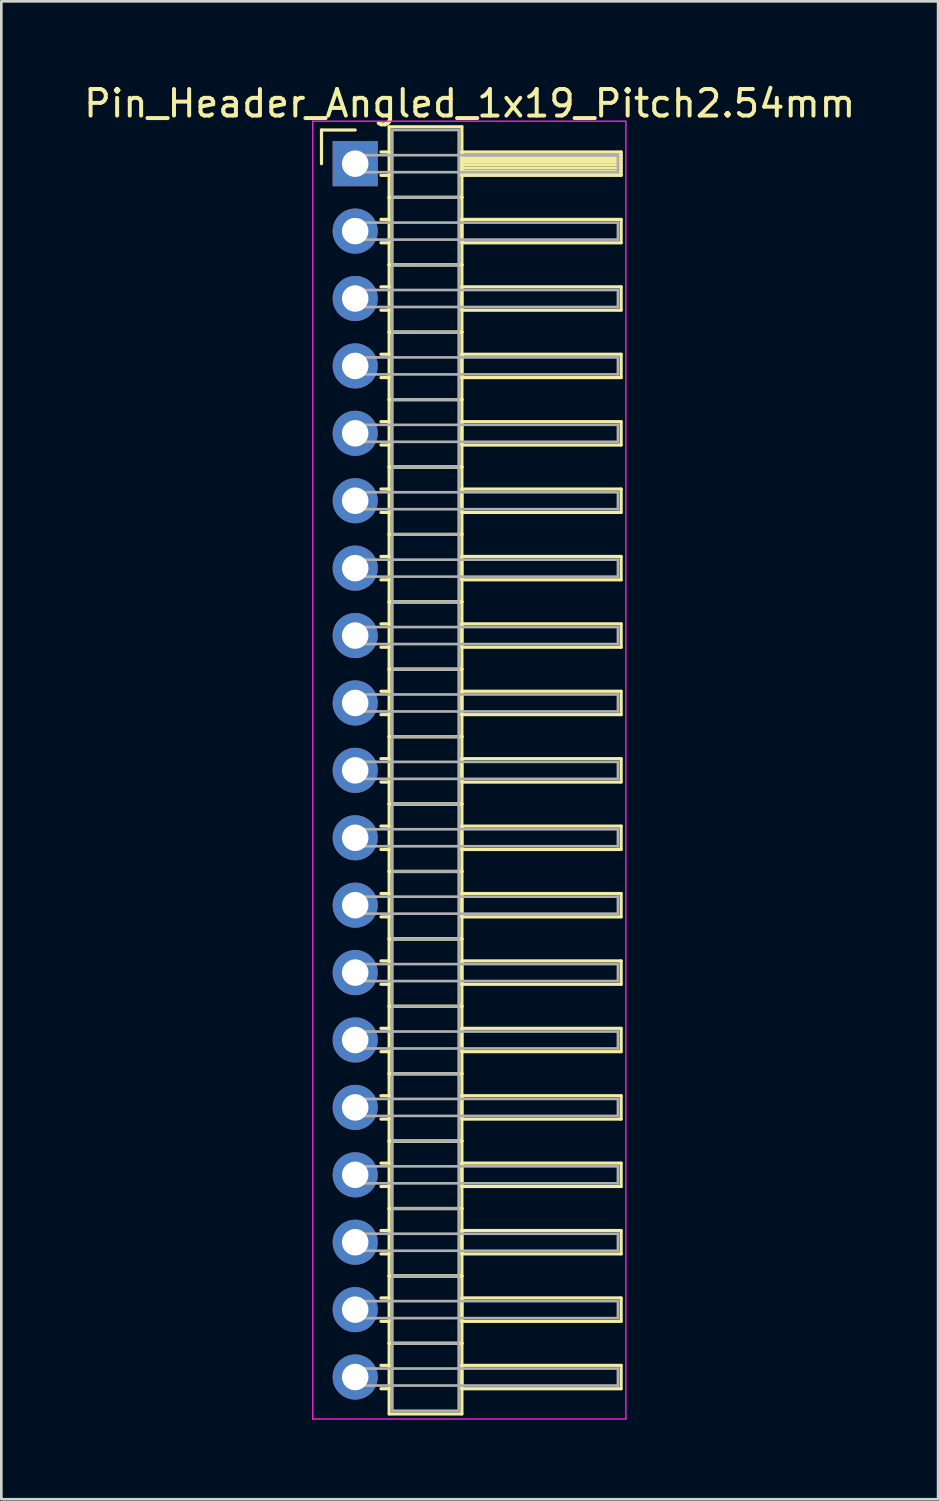
<source format=kicad_pcb>
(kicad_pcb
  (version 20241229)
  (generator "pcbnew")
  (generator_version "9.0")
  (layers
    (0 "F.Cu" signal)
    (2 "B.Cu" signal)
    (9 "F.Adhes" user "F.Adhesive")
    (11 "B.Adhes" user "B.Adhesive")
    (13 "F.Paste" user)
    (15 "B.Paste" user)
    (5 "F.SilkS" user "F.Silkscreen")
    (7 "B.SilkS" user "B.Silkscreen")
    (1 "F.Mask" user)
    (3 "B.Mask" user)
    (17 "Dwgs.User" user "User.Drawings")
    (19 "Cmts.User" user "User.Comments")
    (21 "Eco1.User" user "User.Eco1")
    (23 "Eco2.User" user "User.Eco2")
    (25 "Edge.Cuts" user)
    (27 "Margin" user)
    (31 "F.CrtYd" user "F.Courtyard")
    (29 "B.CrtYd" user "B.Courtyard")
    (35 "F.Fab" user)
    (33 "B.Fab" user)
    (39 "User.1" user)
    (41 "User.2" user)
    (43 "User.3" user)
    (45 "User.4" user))
  (footprint "Pin_Header_Angled_1x19_Pitch2.54mm"
    (layer "F.Cu")
    (at 10.334 3.118)
    (property "Reference" "Pin_Header_Angled_1x19_Pitch2.54mm" (at 4.315 -2.27 0) (layer "F.SilkS") (effects (font (size 1 1) (thickness 0.15))))
    (attr through_hole)
    (fp_line (start -1.27 -1.27) (end 0 -1.27) (stroke (width 0.12) (type solid)) (layer "F.SilkS"))
    (fp_line (start -1.27 0) (end -1.27 -1.27) (stroke (width 0.12) (type solid)) (layer "F.SilkS"))
    (fp_line (start 0.97 -0.44) (end 1.28 -0.44) (stroke (width 0.12) (type solid)) (layer "F.SilkS"))
    (fp_line (start 0.97 0.44) (end 1.28 0.44) (stroke (width 0.12) (type solid)) (layer "F.SilkS"))
    (fp_line (start 0.97 2.1) (end 1.28 2.1) (stroke (width 0.12) (type solid)) (layer "F.SilkS"))
    (fp_line (start 0.97 2.98) (end 1.28 2.98) (stroke (width 0.12) (type solid)) (layer "F.SilkS"))
    (fp_line (start 0.97 4.64) (end 1.28 4.64) (stroke (width 0.12) (type solid)) (layer "F.SilkS"))
    (fp_line (start 0.97 5.52) (end 1.28 5.52) (stroke (width 0.12) (type solid)) (layer "F.SilkS"))
    (fp_line (start 0.97 7.18) (end 1.28 7.18) (stroke (width 0.12) (type solid)) (layer "F.SilkS"))
    (fp_line (start 0.97 8.06) (end 1.28 8.06) (stroke (width 0.12) (type solid)) (layer "F.SilkS"))
    (fp_line (start 0.97 9.72) (end 1.28 9.72) (stroke (width 0.12) (type solid)) (layer "F.SilkS"))
    (fp_line (start 0.97 10.6) (end 1.28 10.6) (stroke (width 0.12) (type solid)) (layer "F.SilkS"))
    (fp_line (start 0.97 12.26) (end 1.28 12.26) (stroke (width 0.12) (type solid)) (layer "F.SilkS"))
    (fp_line (start 0.97 13.14) (end 1.28 13.14) (stroke (width 0.12) (type solid)) (layer "F.SilkS"))
    (fp_line (start 0.97 14.8) (end 1.28 14.8) (stroke (width 0.12) (type solid)) (layer "F.SilkS"))
    (fp_line (start 0.97 15.68) (end 1.28 15.68) (stroke (width 0.12) (type solid)) (layer "F.SilkS"))
    (fp_line (start 0.97 17.34) (end 1.28 17.34) (stroke (width 0.12) (type solid)) (layer "F.SilkS"))
    (fp_line (start 0.97 18.22) (end 1.28 18.22) (stroke (width 0.12) (type solid)) (layer "F.SilkS"))
    (fp_line (start 0.97 19.88) (end 1.28 19.88) (stroke (width 0.12) (type solid)) (layer "F.SilkS"))
    (fp_line (start 0.97 20.76) (end 1.28 20.76) (stroke (width 0.12) (type solid)) (layer "F.SilkS"))
    (fp_line (start 0.97 22.42) (end 1.28 22.42) (stroke (width 0.12) (type solid)) (layer "F.SilkS"))
    (fp_line (start 0.97 23.3) (end 1.28 23.3) (stroke (width 0.12) (type solid)) (layer "F.SilkS"))
    (fp_line (start 0.97 24.96) (end 1.28 24.96) (stroke (width 0.12) (type solid)) (layer "F.SilkS"))
    (fp_line (start 0.97 25.84) (end 1.28 25.84) (stroke (width 0.12) (type solid)) (layer "F.SilkS"))
    (fp_line (start 0.97 27.5) (end 1.28 27.5) (stroke (width 0.12) (type solid)) (layer "F.SilkS"))
    (fp_line (start 0.97 28.38) (end 1.28 28.38) (stroke (width 0.12) (type solid)) (layer "F.SilkS"))
    (fp_line (start 0.97 30.04) (end 1.28 30.04) (stroke (width 0.12) (type solid)) (layer "F.SilkS"))
    (fp_line (start 0.97 30.92) (end 1.28 30.92) (stroke (width 0.12) (type solid)) (layer "F.SilkS"))
    (fp_line (start 0.97 32.58) (end 1.28 32.58) (stroke (width 0.12) (type solid)) (layer "F.SilkS"))
    (fp_line (start 0.97 33.46) (end 1.28 33.46) (stroke (width 0.12) (type solid)) (layer "F.SilkS"))
    (fp_line (start 0.97 35.12) (end 1.28 35.12) (stroke (width 0.12) (type solid)) (layer "F.SilkS"))
    (fp_line (start 0.97 36) (end 1.28 36) (stroke (width 0.12) (type solid)) (layer "F.SilkS"))
    (fp_line (start 0.97 37.66) (end 1.28 37.66) (stroke (width 0.12) (type solid)) (layer "F.SilkS"))
    (fp_line (start 0.97 38.54) (end 1.28 38.54) (stroke (width 0.12) (type solid)) (layer "F.SilkS"))
    (fp_line (start 0.97 40.2) (end 1.28 40.2) (stroke (width 0.12) (type solid)) (layer "F.SilkS"))
    (fp_line (start 0.97 41.08) (end 1.28 41.08) (stroke (width 0.12) (type solid)) (layer "F.SilkS"))
    (fp_line (start 0.97 42.74) (end 1.28 42.74) (stroke (width 0.12) (type solid)) (layer "F.SilkS"))
    (fp_line (start 0.97 43.62) (end 1.28 43.62) (stroke (width 0.12) (type solid)) (layer "F.SilkS"))
    (fp_line (start 0.97 45.28) (end 1.28 45.28) (stroke (width 0.12) (type solid)) (layer "F.SilkS"))
    (fp_line (start 0.97 46.16) (end 1.28 46.16) (stroke (width 0.12) (type solid)) (layer "F.SilkS"))
    (fp_line (start 1.28 -1.39) (end 1.28 1.27) (stroke (width 0.12) (type solid)) (layer "F.SilkS"))
    (fp_line (start 1.28 1.27) (end 1.28 3.81) (stroke (width 0.12) (type solid)) (layer "F.SilkS"))
    (fp_line (start 1.28 1.27) (end 4.02 1.27) (stroke (width 0.12) (type solid)) (layer "F.SilkS"))
    (fp_line (start 1.28 3.81) (end 1.28 6.35) (stroke (width 0.12) (type solid)) (layer "F.SilkS"))
    (fp_line (start 1.28 3.81) (end 4.02 3.81) (stroke (width 0.12) (type solid)) (layer "F.SilkS"))
    (fp_line (start 1.28 6.35) (end 1.28 8.89) (stroke (width 0.12) (type solid)) (layer "F.SilkS"))
    (fp_line (start 1.28 6.35) (end 4.02 6.35) (stroke (width 0.12) (type solid)) (layer "F.SilkS"))
    (fp_line (start 1.28 8.89) (end 1.28 11.43) (stroke (width 0.12) (type solid)) (layer "F.SilkS"))
    (fp_line (start 1.28 8.89) (end 4.02 8.89) (stroke (width 0.12) (type solid)) (layer "F.SilkS"))
    (fp_line (start 1.28 11.43) (end 1.28 13.97) (stroke (width 0.12) (type solid)) (layer "F.SilkS"))
    (fp_line (start 1.28 11.43) (end 4.02 11.43) (stroke (width 0.12) (type solid)) (layer "F.SilkS"))
    (fp_line (start 1.28 13.97) (end 1.28 16.51) (stroke (width 0.12) (type solid)) (layer "F.SilkS"))
    (fp_line (start 1.28 13.97) (end 4.02 13.97) (stroke (width 0.12) (type solid)) (layer "F.SilkS"))
    (fp_line (start 1.28 16.51) (end 1.28 19.05) (stroke (width 0.12) (type solid)) (layer "F.SilkS"))
    (fp_line (start 1.28 16.51) (end 4.02 16.51) (stroke (width 0.12) (type solid)) (layer "F.SilkS"))
    (fp_line (start 1.28 19.05) (end 1.28 21.59) (stroke (width 0.12) (type solid)) (layer "F.SilkS"))
    (fp_line (start 1.28 19.05) (end 4.02 19.05) (stroke (width 0.12) (type solid)) (layer "F.SilkS"))
    (fp_line (start 1.28 21.59) (end 1.28 24.13) (stroke (width 0.12) (type solid)) (layer "F.SilkS"))
    (fp_line (start 1.28 21.59) (end 4.02 21.59) (stroke (width 0.12) (type solid)) (layer "F.SilkS"))
    (fp_line (start 1.28 24.13) (end 1.28 26.67) (stroke (width 0.12) (type solid)) (layer "F.SilkS"))
    (fp_line (start 1.28 24.13) (end 4.02 24.13) (stroke (width 0.12) (type solid)) (layer "F.SilkS"))
    (fp_line (start 1.28 26.67) (end 1.28 29.21) (stroke (width 0.12) (type solid)) (layer "F.SilkS"))
    (fp_line (start 1.28 26.67) (end 4.02 26.67) (stroke (width 0.12) (type solid)) (layer "F.SilkS"))
    (fp_line (start 1.28 29.21) (end 1.28 31.75) (stroke (width 0.12) (type solid)) (layer "F.SilkS"))
    (fp_line (start 1.28 29.21) (end 4.02 29.21) (stroke (width 0.12) (type solid)) (layer "F.SilkS"))
    (fp_line (start 1.28 31.75) (end 1.28 34.29) (stroke (width 0.12) (type solid)) (layer "F.SilkS"))
    (fp_line (start 1.28 31.75) (end 4.02 31.75) (stroke (width 0.12) (type solid)) (layer "F.SilkS"))
    (fp_line (start 1.28 34.29) (end 1.28 36.83) (stroke (width 0.12) (type solid)) (layer "F.SilkS"))
    (fp_line (start 1.28 34.29) (end 4.02 34.29) (stroke (width 0.12) (type solid)) (layer "F.SilkS"))
    (fp_line (start 1.28 36.83) (end 1.28 39.37) (stroke (width 0.12) (type solid)) (layer "F.SilkS"))
    (fp_line (start 1.28 36.83) (end 4.02 36.83) (stroke (width 0.12) (type solid)) (layer "F.SilkS"))
    (fp_line (start 1.28 39.37) (end 1.28 41.91) (stroke (width 0.12) (type solid)) (layer "F.SilkS"))
    (fp_line (start 1.28 39.37) (end 4.02 39.37) (stroke (width 0.12) (type solid)) (layer "F.SilkS"))
    (fp_line (start 1.28 41.91) (end 1.28 44.45) (stroke (width 0.12) (type solid)) (layer "F.SilkS"))
    (fp_line (start 1.28 41.91) (end 4.02 41.91) (stroke (width 0.12) (type solid)) (layer "F.SilkS"))
    (fp_line (start 1.28 44.45) (end 1.28 47.11) (stroke (width 0.12) (type solid)) (layer "F.SilkS"))
    (fp_line (start 1.28 44.45) (end 4.02 44.45) (stroke (width 0.12) (type solid)) (layer "F.SilkS"))
    (fp_line (start 1.28 47.11) (end 4.02 47.11) (stroke (width 0.12) (type solid)) (layer "F.SilkS"))
    (fp_line (start 4.02 -1.39) (end 1.28 -1.39) (stroke (width 0.12) (type solid)) (layer "F.SilkS"))
    (fp_line (start 4.02 -0.44) (end 4.02 0.44) (stroke (width 0.12) (type solid)) (layer "F.SilkS"))
    (fp_line (start 4.02 -0.32) (end 10.02 -0.32) (stroke (width 0.12) (type solid)) (layer "F.SilkS"))
    (fp_line (start 4.02 -0.2) (end 10.02 -0.2) (stroke (width 0.12) (type solid)) (layer "F.SilkS"))
    (fp_line (start 4.02 -0.08) (end 10.02 -0.08) (stroke (width 0.12) (type solid)) (layer "F.SilkS"))
    (fp_line (start 4.02 0.04) (end 10.02 0.04) (stroke (width 0.12) (type solid)) (layer "F.SilkS"))
    (fp_line (start 4.02 0.16) (end 10.02 0.16) (stroke (width 0.12) (type solid)) (layer "F.SilkS"))
    (fp_line (start 4.02 0.28) (end 10.02 0.28) (stroke (width 0.12) (type solid)) (layer "F.SilkS"))
    (fp_line (start 4.02 0.4) (end 10.02 0.4) (stroke (width 0.12) (type solid)) (layer "F.SilkS"))
    (fp_line (start 4.02 0.44) (end 10.02 0.44) (stroke (width 0.12) (type solid)) (layer "F.SilkS"))
    (fp_line (start 4.02 1.27) (end 1.28 1.27) (stroke (width 0.12) (type solid)) (layer "F.SilkS"))
    (fp_line (start 4.02 1.27) (end 4.02 -1.39) (stroke (width 0.12) (type solid)) (layer "F.SilkS"))
    (fp_line (start 4.02 2.1) (end 4.02 2.98) (stroke (width 0.12) (type solid)) (layer "F.SilkS"))
    (fp_line (start 4.02 2.98) (end 10.02 2.98) (stroke (width 0.12) (type solid)) (layer "F.SilkS"))
    (fp_line (start 4.02 3.81) (end 1.28 3.81) (stroke (width 0.12) (type solid)) (layer "F.SilkS"))
    (fp_line (start 4.02 3.81) (end 4.02 1.27) (stroke (width 0.12) (type solid)) (layer "F.SilkS"))
    (fp_line (start 4.02 4.64) (end 4.02 5.52) (stroke (width 0.12) (type solid)) (layer "F.SilkS"))
    (fp_line (start 4.02 5.52) (end 10.02 5.52) (stroke (width 0.12) (type solid)) (layer "F.SilkS"))
    (fp_line (start 4.02 6.35) (end 1.28 6.35) (stroke (width 0.12) (type solid)) (layer "F.SilkS"))
    (fp_line (start 4.02 6.35) (end 4.02 3.81) (stroke (width 0.12) (type solid)) (layer "F.SilkS"))
    (fp_line (start 4.02 7.18) (end 4.02 8.06) (stroke (width 0.12) (type solid)) (layer "F.SilkS"))
    (fp_line (start 4.02 8.06) (end 10.02 8.06) (stroke (width 0.12) (type solid)) (layer "F.SilkS"))
    (fp_line (start 4.02 8.89) (end 1.28 8.89) (stroke (width 0.12) (type solid)) (layer "F.SilkS"))
    (fp_line (start 4.02 8.89) (end 4.02 6.35) (stroke (width 0.12) (type solid)) (layer "F.SilkS"))
    (fp_line (start 4.02 9.72) (end 4.02 10.6) (stroke (width 0.12) (type solid)) (layer "F.SilkS"))
    (fp_line (start 4.02 10.6) (end 10.02 10.6) (stroke (width 0.12) (type solid)) (layer "F.SilkS"))
    (fp_line (start 4.02 11.43) (end 1.28 11.43) (stroke (width 0.12) (type solid)) (layer "F.SilkS"))
    (fp_line (start 4.02 11.43) (end 4.02 8.89) (stroke (width 0.12) (type solid)) (layer "F.SilkS"))
    (fp_line (start 4.02 12.26) (end 4.02 13.14) (stroke (width 0.12) (type solid)) (layer "F.SilkS"))
    (fp_line (start 4.02 13.14) (end 10.02 13.14) (stroke (width 0.12) (type solid)) (layer "F.SilkS"))
    (fp_line (start 4.02 13.97) (end 1.28 13.97) (stroke (width 0.12) (type solid)) (layer "F.SilkS"))
    (fp_line (start 4.02 13.97) (end 4.02 11.43) (stroke (width 0.12) (type solid)) (layer "F.SilkS"))
    (fp_line (start 4.02 14.8) (end 4.02 15.68) (stroke (width 0.12) (type solid)) (layer "F.SilkS"))
    (fp_line (start 4.02 15.68) (end 10.02 15.68) (stroke (width 0.12) (type solid)) (layer "F.SilkS"))
    (fp_line (start 4.02 16.51) (end 1.28 16.51) (stroke (width 0.12) (type solid)) (layer "F.SilkS"))
    (fp_line (start 4.02 16.51) (end 4.02 13.97) (stroke (width 0.12) (type solid)) (layer "F.SilkS"))
    (fp_line (start 4.02 17.34) (end 4.02 18.22) (stroke (width 0.12) (type solid)) (layer "F.SilkS"))
    (fp_line (start 4.02 18.22) (end 10.02 18.22) (stroke (width 0.12) (type solid)) (layer "F.SilkS"))
    (fp_line (start 4.02 19.05) (end 1.28 19.05) (stroke (width 0.12) (type solid)) (layer "F.SilkS"))
    (fp_line (start 4.02 19.05) (end 4.02 16.51) (stroke (width 0.12) (type solid)) (layer "F.SilkS"))
    (fp_line (start 4.02 19.88) (end 4.02 20.76) (stroke (width 0.12) (type solid)) (layer "F.SilkS"))
    (fp_line (start 4.02 20.76) (end 10.02 20.76) (stroke (width 0.12) (type solid)) (layer "F.SilkS"))
    (fp_line (start 4.02 21.59) (end 1.28 21.59) (stroke (width 0.12) (type solid)) (layer "F.SilkS"))
    (fp_line (start 4.02 21.59) (end 4.02 19.05) (stroke (width 0.12) (type solid)) (layer "F.SilkS"))
    (fp_line (start 4.02 22.42) (end 4.02 23.3) (stroke (width 0.12) (type solid)) (layer "F.SilkS"))
    (fp_line (start 4.02 23.3) (end 10.02 23.3) (stroke (width 0.12) (type solid)) (layer "F.SilkS"))
    (fp_line (start 4.02 24.13) (end 1.28 24.13) (stroke (width 0.12) (type solid)) (layer "F.SilkS"))
    (fp_line (start 4.02 24.13) (end 4.02 21.59) (stroke (width 0.12) (type solid)) (layer "F.SilkS"))
    (fp_line (start 4.02 24.96) (end 4.02 25.84) (stroke (width 0.12) (type solid)) (layer "F.SilkS"))
    (fp_line (start 4.02 25.84) (end 10.02 25.84) (stroke (width 0.12) (type solid)) (layer "F.SilkS"))
    (fp_line (start 4.02 26.67) (end 1.28 26.67) (stroke (width 0.12) (type solid)) (layer "F.SilkS"))
    (fp_line (start 4.02 26.67) (end 4.02 24.13) (stroke (width 0.12) (type solid)) (layer "F.SilkS"))
    (fp_line (start 4.02 27.5) (end 4.02 28.38) (stroke (width 0.12) (type solid)) (layer "F.SilkS"))
    (fp_line (start 4.02 28.38) (end 10.02 28.38) (stroke (width 0.12) (type solid)) (layer "F.SilkS"))
    (fp_line (start 4.02 29.21) (end 1.28 29.21) (stroke (width 0.12) (type solid)) (layer "F.SilkS"))
    (fp_line (start 4.02 29.21) (end 4.02 26.67) (stroke (width 0.12) (type solid)) (layer "F.SilkS"))
    (fp_line (start 4.02 30.04) (end 4.02 30.92) (stroke (width 0.12) (type solid)) (layer "F.SilkS"))
    (fp_line (start 4.02 30.92) (end 10.02 30.92) (stroke (width 0.12) (type solid)) (layer "F.SilkS"))
    (fp_line (start 4.02 31.75) (end 1.28 31.75) (stroke (width 0.12) (type solid)) (layer "F.SilkS"))
    (fp_line (start 4.02 31.75) (end 4.02 29.21) (stroke (width 0.12) (type solid)) (layer "F.SilkS"))
    (fp_line (start 4.02 32.58) (end 4.02 33.46) (stroke (width 0.12) (type solid)) (layer "F.SilkS"))
    (fp_line (start 4.02 33.46) (end 10.02 33.46) (stroke (width 0.12) (type solid)) (layer "F.SilkS"))
    (fp_line (start 4.02 34.29) (end 1.28 34.29) (stroke (width 0.12) (type solid)) (layer "F.SilkS"))
    (fp_line (start 4.02 34.29) (end 4.02 31.75) (stroke (width 0.12) (type solid)) (layer "F.SilkS"))
    (fp_line (start 4.02 35.12) (end 4.02 36) (stroke (width 0.12) (type solid)) (layer "F.SilkS"))
    (fp_line (start 4.02 36) (end 10.02 36) (stroke (width 0.12) (type solid)) (layer "F.SilkS"))
    (fp_line (start 4.02 36.83) (end 1.28 36.83) (stroke (width 0.12) (type solid)) (layer "F.SilkS"))
    (fp_line (start 4.02 36.83) (end 4.02 34.29) (stroke (width 0.12) (type solid)) (layer "F.SilkS"))
    (fp_line (start 4.02 37.66) (end 4.02 38.54) (stroke (width 0.12) (type solid)) (layer "F.SilkS"))
    (fp_line (start 4.02 38.54) (end 10.02 38.54) (stroke (width 0.12) (type solid)) (layer "F.SilkS"))
    (fp_line (start 4.02 39.37) (end 1.28 39.37) (stroke (width 0.12) (type solid)) (layer "F.SilkS"))
    (fp_line (start 4.02 39.37) (end 4.02 36.83) (stroke (width 0.12) (type solid)) (layer "F.SilkS"))
    (fp_line (start 4.02 40.2) (end 4.02 41.08) (stroke (width 0.12) (type solid)) (layer "F.SilkS"))
    (fp_line (start 4.02 41.08) (end 10.02 41.08) (stroke (width 0.12) (type solid)) (layer "F.SilkS"))
    (fp_line (start 4.02 41.91) (end 1.28 41.91) (stroke (width 0.12) (type solid)) (layer "F.SilkS"))
    (fp_line (start 4.02 41.91) (end 4.02 39.37) (stroke (width 0.12) (type solid)) (layer "F.SilkS"))
    (fp_line (start 4.02 42.74) (end 4.02 43.62) (stroke (width 0.12) (type solid)) (layer "F.SilkS"))
    (fp_line (start 4.02 43.62) (end 10.02 43.62) (stroke (width 0.12) (type solid)) (layer "F.SilkS"))
    (fp_line (start 4.02 44.45) (end 1.28 44.45) (stroke (width 0.12) (type solid)) (layer "F.SilkS"))
    (fp_line (start 4.02 44.45) (end 4.02 41.91) (stroke (width 0.12) (type solid)) (layer "F.SilkS"))
    (fp_line (start 4.02 45.28) (end 4.02 46.16) (stroke (width 0.12) (type solid)) (layer "F.SilkS"))
    (fp_line (start 4.02 46.16) (end 10.02 46.16) (stroke (width 0.12) (type solid)) (layer "F.SilkS"))
    (fp_line (start 4.02 47.11) (end 4.02 44.45) (stroke (width 0.12) (type solid)) (layer "F.SilkS"))
    (fp_line (start 10.02 -0.44) (end 4.02 -0.44) (stroke (width 0.12) (type solid)) (layer "F.SilkS"))
    (fp_line (start 10.02 0.44) (end 10.02 -0.44) (stroke (width 0.12) (type solid)) (layer "F.SilkS"))
    (fp_line (start 10.02 2.1) (end 4.02 2.1) (stroke (width 0.12) (type solid)) (layer "F.SilkS"))
    (fp_line (start 10.02 2.98) (end 10.02 2.1) (stroke (width 0.12) (type solid)) (layer "F.SilkS"))
    (fp_line (start 10.02 4.64) (end 4.02 4.64) (stroke (width 0.12) (type solid)) (layer "F.SilkS"))
    (fp_line (start 10.02 5.52) (end 10.02 4.64) (stroke (width 0.12) (type solid)) (layer "F.SilkS"))
    (fp_line (start 10.02 7.18) (end 4.02 7.18) (stroke (width 0.12) (type solid)) (layer "F.SilkS"))
    (fp_line (start 10.02 8.06) (end 10.02 7.18) (stroke (width 0.12) (type solid)) (layer "F.SilkS"))
    (fp_line (start 10.02 9.72) (end 4.02 9.72) (stroke (width 0.12) (type solid)) (layer "F.SilkS"))
    (fp_line (start 10.02 10.6) (end 10.02 9.72) (stroke (width 0.12) (type solid)) (layer "F.SilkS"))
    (fp_line (start 10.02 12.26) (end 4.02 12.26) (stroke (width 0.12) (type solid)) (layer "F.SilkS"))
    (fp_line (start 10.02 13.14) (end 10.02 12.26) (stroke (width 0.12) (type solid)) (layer "F.SilkS"))
    (fp_line (start 10.02 14.8) (end 4.02 14.8) (stroke (width 0.12) (type solid)) (layer "F.SilkS"))
    (fp_line (start 10.02 15.68) (end 10.02 14.8) (stroke (width 0.12) (type solid)) (layer "F.SilkS"))
    (fp_line (start 10.02 17.34) (end 4.02 17.34) (stroke (width 0.12) (type solid)) (layer "F.SilkS"))
    (fp_line (start 10.02 18.22) (end 10.02 17.34) (stroke (width 0.12) (type solid)) (layer "F.SilkS"))
    (fp_line (start 10.02 19.88) (end 4.02 19.88) (stroke (width 0.12) (type solid)) (layer "F.SilkS"))
    (fp_line (start 10.02 20.76) (end 10.02 19.88) (stroke (width 0.12) (type solid)) (layer "F.SilkS"))
    (fp_line (start 10.02 22.42) (end 4.02 22.42) (stroke (width 0.12) (type solid)) (layer "F.SilkS"))
    (fp_line (start 10.02 23.3) (end 10.02 22.42) (stroke (width 0.12) (type solid)) (layer "F.SilkS"))
    (fp_line (start 10.02 24.96) (end 4.02 24.96) (stroke (width 0.12) (type solid)) (layer "F.SilkS"))
    (fp_line (start 10.02 25.84) (end 10.02 24.96) (stroke (width 0.12) (type solid)) (layer "F.SilkS"))
    (fp_line (start 10.02 27.5) (end 4.02 27.5) (stroke (width 0.12) (type solid)) (layer "F.SilkS"))
    (fp_line (start 10.02 28.38) (end 10.02 27.5) (stroke (width 0.12) (type solid)) (layer "F.SilkS"))
    (fp_line (start 10.02 30.04) (end 4.02 30.04) (stroke (width 0.12) (type solid)) (layer "F.SilkS"))
    (fp_line (start 10.02 30.92) (end 10.02 30.04) (stroke (width 0.12) (type solid)) (layer "F.SilkS"))
    (fp_line (start 10.02 32.58) (end 4.02 32.58) (stroke (width 0.12) (type solid)) (layer "F.SilkS"))
    (fp_line (start 10.02 33.46) (end 10.02 32.58) (stroke (width 0.12) (type solid)) (layer "F.SilkS"))
    (fp_line (start 10.02 35.12) (end 4.02 35.12) (stroke (width 0.12) (type solid)) (layer "F.SilkS"))
    (fp_line (start 10.02 36) (end 10.02 35.12) (stroke (width 0.12) (type solid)) (layer "F.SilkS"))
    (fp_line (start 10.02 37.66) (end 4.02 37.66) (stroke (width 0.12) (type solid)) (layer "F.SilkS"))
    (fp_line (start 10.02 38.54) (end 10.02 37.66) (stroke (width 0.12) (type solid)) (layer "F.SilkS"))
    (fp_line (start 10.02 40.2) (end 4.02 40.2) (stroke (width 0.12) (type solid)) (layer "F.SilkS"))
    (fp_line (start 10.02 41.08) (end 10.02 40.2) (stroke (width 0.12) (type solid)) (layer "F.SilkS"))
    (fp_line (start 10.02 42.74) (end 4.02 42.74) (stroke (width 0.12) (type solid)) (layer "F.SilkS"))
    (fp_line (start 10.02 43.62) (end 10.02 42.74) (stroke (width 0.12) (type solid)) (layer "F.SilkS"))
    (fp_line (start 10.02 45.28) (end 4.02 45.28) (stroke (width 0.12) (type solid)) (layer "F.SilkS"))
    (fp_line (start 10.02 46.16) (end 10.02 45.28) (stroke (width 0.12) (type solid)) (layer "F.SilkS"))
    (fp_line (start -1.6 -1.6) (end -1.6 47.3) (stroke (width 0.05) (type solid)) (layer "F.CrtYd"))
    (fp_line (start -1.6 47.3) (end 10.2 47.3) (stroke (width 0.05) (type solid)) (layer "F.CrtYd"))
    (fp_line (start 10.2 -1.6) (end -1.6 -1.6) (stroke (width 0.05) (type solid)) (layer "F.CrtYd"))
    (fp_line (start 10.2 47.3) (end 10.2 -1.6) (stroke (width 0.05) (type solid)) (layer "F.CrtYd"))
    (fp_line (start 0 -0.32) (end 0 0.32) (stroke (width 0.1) (type solid)) (layer "F.Fab"))
    (fp_line (start 0 0.32) (end 9.9 0.32) (stroke (width 0.1) (type solid)) (layer "F.Fab"))
    (fp_line (start 0 2.22) (end 0 2.86) (stroke (width 0.1) (type solid)) (layer "F.Fab"))
    (fp_line (start 0 2.86) (end 9.9 2.86) (stroke (width 0.1) (type solid)) (layer "F.Fab"))
    (fp_line (start 0 4.76) (end 0 5.4) (stroke (width 0.1) (type solid)) (layer "F.Fab"))
    (fp_line (start 0 5.4) (end 9.9 5.4) (stroke (width 0.1) (type solid)) (layer "F.Fab"))
    (fp_line (start 0 7.3) (end 0 7.94) (stroke (width 0.1) (type solid)) (layer "F.Fab"))
    (fp_line (start 0 7.94) (end 9.9 7.94) (stroke (width 0.1) (type solid)) (layer "F.Fab"))
    (fp_line (start 0 9.84) (end 0 10.48) (stroke (width 0.1) (type solid)) (layer "F.Fab"))
    (fp_line (start 0 10.48) (end 9.9 10.48) (stroke (width 0.1) (type solid)) (layer "F.Fab"))
    (fp_line (start 0 12.38) (end 0 13.02) (stroke (width 0.1) (type solid)) (layer "F.Fab"))
    (fp_line (start 0 13.02) (end 9.9 13.02) (stroke (width 0.1) (type solid)) (layer "F.Fab"))
    (fp_line (start 0 14.92) (end 0 15.56) (stroke (width 0.1) (type solid)) (layer "F.Fab"))
    (fp_line (start 0 15.56) (end 9.9 15.56) (stroke (width 0.1) (type solid)) (layer "F.Fab"))
    (fp_line (start 0 17.46) (end 0 18.1) (stroke (width 0.1) (type solid)) (layer "F.Fab"))
    (fp_line (start 0 18.1) (end 9.9 18.1) (stroke (width 0.1) (type solid)) (layer "F.Fab"))
    (fp_line (start 0 20) (end 0 20.64) (stroke (width 0.1) (type solid)) (layer "F.Fab"))
    (fp_line (start 0 20.64) (end 9.9 20.64) (stroke (width 0.1) (type solid)) (layer "F.Fab"))
    (fp_line (start 0 22.54) (end 0 23.18) (stroke (width 0.1) (type solid)) (layer "F.Fab"))
    (fp_line (start 0 23.18) (end 9.9 23.18) (stroke (width 0.1) (type solid)) (layer "F.Fab"))
    (fp_line (start 0 25.08) (end 0 25.72) (stroke (width 0.1) (type solid)) (layer "F.Fab"))
    (fp_line (start 0 25.72) (end 9.9 25.72) (stroke (width 0.1) (type solid)) (layer "F.Fab"))
    (fp_line (start 0 27.62) (end 0 28.26) (stroke (width 0.1) (type solid)) (layer "F.Fab"))
    (fp_line (start 0 28.26) (end 9.9 28.26) (stroke (width 0.1) (type solid)) (layer "F.Fab"))
    (fp_line (start 0 30.16) (end 0 30.8) (stroke (width 0.1) (type solid)) (layer "F.Fab"))
    (fp_line (start 0 30.8) (end 9.9 30.8) (stroke (width 0.1) (type solid)) (layer "F.Fab"))
    (fp_line (start 0 32.7) (end 0 33.34) (stroke (width 0.1) (type solid)) (layer "F.Fab"))
    (fp_line (start 0 33.34) (end 9.9 33.34) (stroke (width 0.1) (type solid)) (layer "F.Fab"))
    (fp_line (start 0 35.24) (end 0 35.88) (stroke (width 0.1) (type solid)) (layer "F.Fab"))
    (fp_line (start 0 35.88) (end 9.9 35.88) (stroke (width 0.1) (type solid)) (layer "F.Fab"))
    (fp_line (start 0 37.78) (end 0 38.42) (stroke (width 0.1) (type solid)) (layer "F.Fab"))
    (fp_line (start 0 38.42) (end 9.9 38.42) (stroke (width 0.1) (type solid)) (layer "F.Fab"))
    (fp_line (start 0 40.32) (end 0 40.96) (stroke (width 0.1) (type solid)) (layer "F.Fab"))
    (fp_line (start 0 40.96) (end 9.9 40.96) (stroke (width 0.1) (type solid)) (layer "F.Fab"))
    (fp_line (start 0 42.86) (end 0 43.5) (stroke (width 0.1) (type solid)) (layer "F.Fab"))
    (fp_line (start 0 43.5) (end 9.9 43.5) (stroke (width 0.1) (type solid)) (layer "F.Fab"))
    (fp_line (start 0 45.4) (end 0 46.04) (stroke (width 0.1) (type solid)) (layer "F.Fab"))
    (fp_line (start 0 46.04) (end 9.9 46.04) (stroke (width 0.1) (type solid)) (layer "F.Fab"))
    (fp_line (start 1.4 -1.27) (end 1.4 1.27) (stroke (width 0.1) (type solid)) (layer "F.Fab"))
    (fp_line (start 1.4 1.27) (end 1.4 3.81) (stroke (width 0.1) (type solid)) (layer "F.Fab"))
    (fp_line (start 1.4 1.27) (end 3.9 1.27) (stroke (width 0.1) (type solid)) (layer "F.Fab"))
    (fp_line (start 1.4 3.81) (end 1.4 6.35) (stroke (width 0.1) (type solid)) (layer "F.Fab"))
    (fp_line (start 1.4 3.81) (end 3.9 3.81) (stroke (width 0.1) (type solid)) (layer "F.Fab"))
    (fp_line (start 1.4 6.35) (end 1.4 8.89) (stroke (width 0.1) (type solid)) (layer "F.Fab"))
    (fp_line (start 1.4 6.35) (end 3.9 6.35) (stroke (width 0.1) (type solid)) (layer "F.Fab"))
    (fp_line (start 1.4 8.89) (end 1.4 11.43) (stroke (width 0.1) (type solid)) (layer "F.Fab"))
    (fp_line (start 1.4 8.89) (end 3.9 8.89) (stroke (width 0.1) (type solid)) (layer "F.Fab"))
    (fp_line (start 1.4 11.43) (end 1.4 13.97) (stroke (width 0.1) (type solid)) (layer "F.Fab"))
    (fp_line (start 1.4 11.43) (end 3.9 11.43) (stroke (width 0.1) (type solid)) (layer "F.Fab"))
    (fp_line (start 1.4 13.97) (end 1.4 16.51) (stroke (width 0.1) (type solid)) (layer "F.Fab"))
    (fp_line (start 1.4 13.97) (end 3.9 13.97) (stroke (width 0.1) (type solid)) (layer "F.Fab"))
    (fp_line (start 1.4 16.51) (end 1.4 19.05) (stroke (width 0.1) (type solid)) (layer "F.Fab"))
    (fp_line (start 1.4 16.51) (end 3.9 16.51) (stroke (width 0.1) (type solid)) (layer "F.Fab"))
    (fp_line (start 1.4 19.05) (end 1.4 21.59) (stroke (width 0.1) (type solid)) (layer "F.Fab"))
    (fp_line (start 1.4 19.05) (end 3.9 19.05) (stroke (width 0.1) (type solid)) (layer "F.Fab"))
    (fp_line (start 1.4 21.59) (end 1.4 24.13) (stroke (width 0.1) (type solid)) (layer "F.Fab"))
    (fp_line (start 1.4 21.59) (end 3.9 21.59) (stroke (width 0.1) (type solid)) (layer "F.Fab"))
    (fp_line (start 1.4 24.13) (end 1.4 26.67) (stroke (width 0.1) (type solid)) (layer "F.Fab"))
    (fp_line (start 1.4 24.13) (end 3.9 24.13) (stroke (width 0.1) (type solid)) (layer "F.Fab"))
    (fp_line (start 1.4 26.67) (end 1.4 29.21) (stroke (width 0.1) (type solid)) (layer "F.Fab"))
    (fp_line (start 1.4 26.67) (end 3.9 26.67) (stroke (width 0.1) (type solid)) (layer "F.Fab"))
    (fp_line (start 1.4 29.21) (end 1.4 31.75) (stroke (width 0.1) (type solid)) (layer "F.Fab"))
    (fp_line (start 1.4 29.21) (end 3.9 29.21) (stroke (width 0.1) (type solid)) (layer "F.Fab"))
    (fp_line (start 1.4 31.75) (end 1.4 34.29) (stroke (width 0.1) (type solid)) (layer "F.Fab"))
    (fp_line (start 1.4 31.75) (end 3.9 31.75) (stroke (width 0.1) (type solid)) (layer "F.Fab"))
    (fp_line (start 1.4 34.29) (end 1.4 36.83) (stroke (width 0.1) (type solid)) (layer "F.Fab"))
    (fp_line (start 1.4 34.29) (end 3.9 34.29) (stroke (width 0.1) (type solid)) (layer "F.Fab"))
    (fp_line (start 1.4 36.83) (end 1.4 39.37) (stroke (width 0.1) (type solid)) (layer "F.Fab"))
    (fp_line (start 1.4 36.83) (end 3.9 36.83) (stroke (width 0.1) (type solid)) (layer "F.Fab"))
    (fp_line (start 1.4 39.37) (end 1.4 41.91) (stroke (width 0.1) (type solid)) (layer "F.Fab"))
    (fp_line (start 1.4 39.37) (end 3.9 39.37) (stroke (width 0.1) (type solid)) (layer "F.Fab"))
    (fp_line (start 1.4 41.91) (end 1.4 44.45) (stroke (width 0.1) (type solid)) (layer "F.Fab"))
    (fp_line (start 1.4 41.91) (end 3.9 41.91) (stroke (width 0.1) (type solid)) (layer "F.Fab"))
    (fp_line (start 1.4 44.45) (end 1.4 46.99) (stroke (width 0.1) (type solid)) (layer "F.Fab"))
    (fp_line (start 1.4 44.45) (end 3.9 44.45) (stroke (width 0.1) (type solid)) (layer "F.Fab"))
    (fp_line (start 1.4 46.99) (end 3.9 46.99) (stroke (width 0.1) (type solid)) (layer "F.Fab"))
    (fp_line (start 3.9 -1.27) (end 1.4 -1.27) (stroke (width 0.1) (type solid)) (layer "F.Fab"))
    (fp_line (start 3.9 1.27) (end 1.4 1.27) (stroke (width 0.1) (type solid)) (layer "F.Fab"))
    (fp_line (start 3.9 1.27) (end 3.9 -1.27) (stroke (width 0.1) (type solid)) (layer "F.Fab"))
    (fp_line (start 3.9 3.81) (end 1.4 3.81) (stroke (width 0.1) (type solid)) (layer "F.Fab"))
    (fp_line (start 3.9 3.81) (end 3.9 1.27) (stroke (width 0.1) (type solid)) (layer "F.Fab"))
    (fp_line (start 3.9 6.35) (end 1.4 6.35) (stroke (width 0.1) (type solid)) (layer "F.Fab"))
    (fp_line (start 3.9 6.35) (end 3.9 3.81) (stroke (width 0.1) (type solid)) (layer "F.Fab"))
    (fp_line (start 3.9 8.89) (end 1.4 8.89) (stroke (width 0.1) (type solid)) (layer "F.Fab"))
    (fp_line (start 3.9 8.89) (end 3.9 6.35) (stroke (width 0.1) (type solid)) (layer "F.Fab"))
    (fp_line (start 3.9 11.43) (end 1.4 11.43) (stroke (width 0.1) (type solid)) (layer "F.Fab"))
    (fp_line (start 3.9 11.43) (end 3.9 8.89) (stroke (width 0.1) (type solid)) (layer "F.Fab"))
    (fp_line (start 3.9 13.97) (end 1.4 13.97) (stroke (width 0.1) (type solid)) (layer "F.Fab"))
    (fp_line (start 3.9 13.97) (end 3.9 11.43) (stroke (width 0.1) (type solid)) (layer "F.Fab"))
    (fp_line (start 3.9 16.51) (end 1.4 16.51) (stroke (width 0.1) (type solid)) (layer "F.Fab"))
    (fp_line (start 3.9 16.51) (end 3.9 13.97) (stroke (width 0.1) (type solid)) (layer "F.Fab"))
    (fp_line (start 3.9 19.05) (end 1.4 19.05) (stroke (width 0.1) (type solid)) (layer "F.Fab"))
    (fp_line (start 3.9 19.05) (end 3.9 16.51) (stroke (width 0.1) (type solid)) (layer "F.Fab"))
    (fp_line (start 3.9 21.59) (end 1.4 21.59) (stroke (width 0.1) (type solid)) (layer "F.Fab"))
    (fp_line (start 3.9 21.59) (end 3.9 19.05) (stroke (width 0.1) (type solid)) (layer "F.Fab"))
    (fp_line (start 3.9 24.13) (end 1.4 24.13) (stroke (width 0.1) (type solid)) (layer "F.Fab"))
    (fp_line (start 3.9 24.13) (end 3.9 21.59) (stroke (width 0.1) (type solid)) (layer "F.Fab"))
    (fp_line (start 3.9 26.67) (end 1.4 26.67) (stroke (width 0.1) (type solid)) (layer "F.Fab"))
    (fp_line (start 3.9 26.67) (end 3.9 24.13) (stroke (width 0.1) (type solid)) (layer "F.Fab"))
    (fp_line (start 3.9 29.21) (end 1.4 29.21) (stroke (width 0.1) (type solid)) (layer "F.Fab"))
    (fp_line (start 3.9 29.21) (end 3.9 26.67) (stroke (width 0.1) (type solid)) (layer "F.Fab"))
    (fp_line (start 3.9 31.75) (end 1.4 31.75) (stroke (width 0.1) (type solid)) (layer "F.Fab"))
    (fp_line (start 3.9 31.75) (end 3.9 29.21) (stroke (width 0.1) (type solid)) (layer "F.Fab"))
    (fp_line (start 3.9 34.29) (end 1.4 34.29) (stroke (width 0.1) (type solid)) (layer "F.Fab"))
    (fp_line (start 3.9 34.29) (end 3.9 31.75) (stroke (width 0.1) (type solid)) (layer "F.Fab"))
    (fp_line (start 3.9 36.83) (end 1.4 36.83) (stroke (width 0.1) (type solid)) (layer "F.Fab"))
    (fp_line (start 3.9 36.83) (end 3.9 34.29) (stroke (width 0.1) (type solid)) (layer "F.Fab"))
    (fp_line (start 3.9 39.37) (end 1.4 39.37) (stroke (width 0.1) (type solid)) (layer "F.Fab"))
    (fp_line (start 3.9 39.37) (end 3.9 36.83) (stroke (width 0.1) (type solid)) (layer "F.Fab"))
    (fp_line (start 3.9 41.91) (end 1.4 41.91) (stroke (width 0.1) (type solid)) (layer "F.Fab"))
    (fp_line (start 3.9 41.91) (end 3.9 39.37) (stroke (width 0.1) (type solid)) (layer "F.Fab"))
    (fp_line (start 3.9 44.45) (end 1.4 44.45) (stroke (width 0.1) (type solid)) (layer "F.Fab"))
    (fp_line (start 3.9 44.45) (end 3.9 41.91) (stroke (width 0.1) (type solid)) (layer "F.Fab"))
    (fp_line (start 3.9 46.99) (end 3.9 44.45) (stroke (width 0.1) (type solid)) (layer "F.Fab"))
    (fp_line (start 9.9 -0.32) (end 0 -0.32) (stroke (width 0.1) (type solid)) (layer "F.Fab"))
    (fp_line (start 9.9 0.32) (end 9.9 -0.32) (stroke (width 0.1) (type solid)) (layer "F.Fab"))
    (fp_line (start 9.9 2.22) (end 0 2.22) (stroke (width 0.1) (type solid)) (layer "F.Fab"))
    (fp_line (start 9.9 2.86) (end 9.9 2.22) (stroke (width 0.1) (type solid)) (layer "F.Fab"))
    (fp_line (start 9.9 4.76) (end 0 4.76) (stroke (width 0.1) (type solid)) (layer "F.Fab"))
    (fp_line (start 9.9 5.4) (end 9.9 4.76) (stroke (width 0.1) (type solid)) (layer "F.Fab"))
    (fp_line (start 9.9 7.3) (end 0 7.3) (stroke (width 0.1) (type solid)) (layer "F.Fab"))
    (fp_line (start 9.9 7.94) (end 9.9 7.3) (stroke (width 0.1) (type solid)) (layer "F.Fab"))
    (fp_line (start 9.9 9.84) (end 0 9.84) (stroke (width 0.1) (type solid)) (layer "F.Fab"))
    (fp_line (start 9.9 10.48) (end 9.9 9.84) (stroke (width 0.1) (type solid)) (layer "F.Fab"))
    (fp_line (start 9.9 12.38) (end 0 12.38) (stroke (width 0.1) (type solid)) (layer "F.Fab"))
    (fp_line (start 9.9 13.02) (end 9.9 12.38) (stroke (width 0.1) (type solid)) (layer "F.Fab"))
    (fp_line (start 9.9 14.92) (end 0 14.92) (stroke (width 0.1) (type solid)) (layer "F.Fab"))
    (fp_line (start 9.9 15.56) (end 9.9 14.92) (stroke (width 0.1) (type solid)) (layer "F.Fab"))
    (fp_line (start 9.9 17.46) (end 0 17.46) (stroke (width 0.1) (type solid)) (layer "F.Fab"))
    (fp_line (start 9.9 18.1) (end 9.9 17.46) (stroke (width 0.1) (type solid)) (layer "F.Fab"))
    (fp_line (start 9.9 20) (end 0 20) (stroke (width 0.1) (type solid)) (layer "F.Fab"))
    (fp_line (start 9.9 20.64) (end 9.9 20) (stroke (width 0.1) (type solid)) (layer "F.Fab"))
    (fp_line (start 9.9 22.54) (end 0 22.54) (stroke (width 0.1) (type solid)) (layer "F.Fab"))
    (fp_line (start 9.9 23.18) (end 9.9 22.54) (stroke (width 0.1) (type solid)) (layer "F.Fab"))
    (fp_line (start 9.9 25.08) (end 0 25.08) (stroke (width 0.1) (type solid)) (layer "F.Fab"))
    (fp_line (start 9.9 25.72) (end 9.9 25.08) (stroke (width 0.1) (type solid)) (layer "F.Fab"))
    (fp_line (start 9.9 27.62) (end 0 27.62) (stroke (width 0.1) (type solid)) (layer "F.Fab"))
    (fp_line (start 9.9 28.26) (end 9.9 27.62) (stroke (width 0.1) (type solid)) (layer "F.Fab"))
    (fp_line (start 9.9 30.16) (end 0 30.16) (stroke (width 0.1) (type solid)) (layer "F.Fab"))
    (fp_line (start 9.9 30.8) (end 9.9 30.16) (stroke (width 0.1) (type solid)) (layer "F.Fab"))
    (fp_line (start 9.9 32.7) (end 0 32.7) (stroke (width 0.1) (type solid)) (layer "F.Fab"))
    (fp_line (start 9.9 33.34) (end 9.9 32.7) (stroke (width 0.1) (type solid)) (layer "F.Fab"))
    (fp_line (start 9.9 35.24) (end 0 35.24) (stroke (width 0.1) (type solid)) (layer "F.Fab"))
    (fp_line (start 9.9 35.88) (end 9.9 35.24) (stroke (width 0.1) (type solid)) (layer "F.Fab"))
    (fp_line (start 9.9 37.78) (end 0 37.78) (stroke (width 0.1) (type solid)) (layer "F.Fab"))
    (fp_line (start 9.9 38.42) (end 9.9 37.78) (stroke (width 0.1) (type solid)) (layer "F.Fab"))
    (fp_line (start 9.9 40.32) (end 0 40.32) (stroke (width 0.1) (type solid)) (layer "F.Fab"))
    (fp_line (start 9.9 40.96) (end 9.9 40.32) (stroke (width 0.1) (type solid)) (layer "F.Fab"))
    (fp_line (start 9.9 42.86) (end 0 42.86) (stroke (width 0.1) (type solid)) (layer "F.Fab"))
    (fp_line (start 9.9 43.5) (end 9.9 42.86) (stroke (width 0.1) (type solid)) (layer "F.Fab"))
    (fp_line (start 9.9 45.4) (end 0 45.4) (stroke (width 0.1) (type solid)) (layer "F.Fab"))
    (fp_line (start 9.9 46.04) (end 9.9 45.4) (stroke (width 0.1) (type solid)) (layer "F.Fab"))
    (pad "1" thru_hole rect (at 0 0) (size 1.7 1.7) (drill 1) (layers "*.Cu" "*.Mask"))
    (pad "2" thru_hole oval (at 0 2.54) (size 1.7 1.7) (drill 1) (layers "*.Cu" "*.Mask"))
    (pad "3" thru_hole oval (at 0 5.08) (size 1.7 1.7) (drill 1) (layers "*.Cu" "*.Mask"))
    (pad "4" thru_hole oval (at 0 7.62) (size 1.7 1.7) (drill 1) (layers "*.Cu" "*.Mask"))
    (pad "5" thru_hole oval (at 0 10.16) (size 1.7 1.7) (drill 1) (layers "*.Cu" "*.Mask"))
    (pad "6" thru_hole oval (at 0 12.7) (size 1.7 1.7) (drill 1) (layers "*.Cu" "*.Mask"))
    (pad "7" thru_hole oval (at 0 15.24) (size 1.7 1.7) (drill 1) (layers "*.Cu" "*.Mask"))
    (pad "8" thru_hole oval (at 0 17.78) (size 1.7 1.7) (drill 1) (layers "*.Cu" "*.Mask"))
    (pad "9" thru_hole oval (at 0 20.32) (size 1.7 1.7) (drill 1) (layers "*.Cu" "*.Mask"))
    (pad "10" thru_hole oval (at 0 22.86) (size 1.7 1.7) (drill 1) (layers "*.Cu" "*.Mask"))
    (pad "11" thru_hole oval (at 0 25.4) (size 1.7 1.7) (drill 1) (layers "*.Cu" "*.Mask"))
    (pad "12" thru_hole oval (at 0 27.94) (size 1.7 1.7) (drill 1) (layers "*.Cu" "*.Mask"))
    (pad "13" thru_hole oval (at 0 30.48) (size 1.7 1.7) (drill 1) (layers "*.Cu" "*.Mask"))
    (pad "14" thru_hole oval (at 0 33.02) (size 1.7 1.7) (drill 1) (layers "*.Cu" "*.Mask"))
    (pad "15" thru_hole oval (at 0 35.56) (size 1.7 1.7) (drill 1) (layers "*.Cu" "*.Mask"))
    (pad "16" thru_hole oval (at 0 38.1) (size 1.7 1.7) (drill 1) (layers "*.Cu" "*.Mask"))
    (pad "17" thru_hole oval (at 0 40.64) (size 1.7 1.7) (drill 1) (layers "*.Cu" "*.Mask"))
    (pad "18" thru_hole oval (at 0 43.18) (size 1.7 1.7) (drill 1) (layers "*.Cu" "*.Mask"))
    (pad "19" thru_hole oval (at 0 45.72) (size 1.7 1.7) (drill 1) (layers "*.Cu" "*.Mask")))
  (gr_rect
    (start -3 -3)
    (end 32.298 53.443)
    (stroke (width 0.1) (type default))
    (fill no)
    (layer "Edge.Cuts")))
</source>
